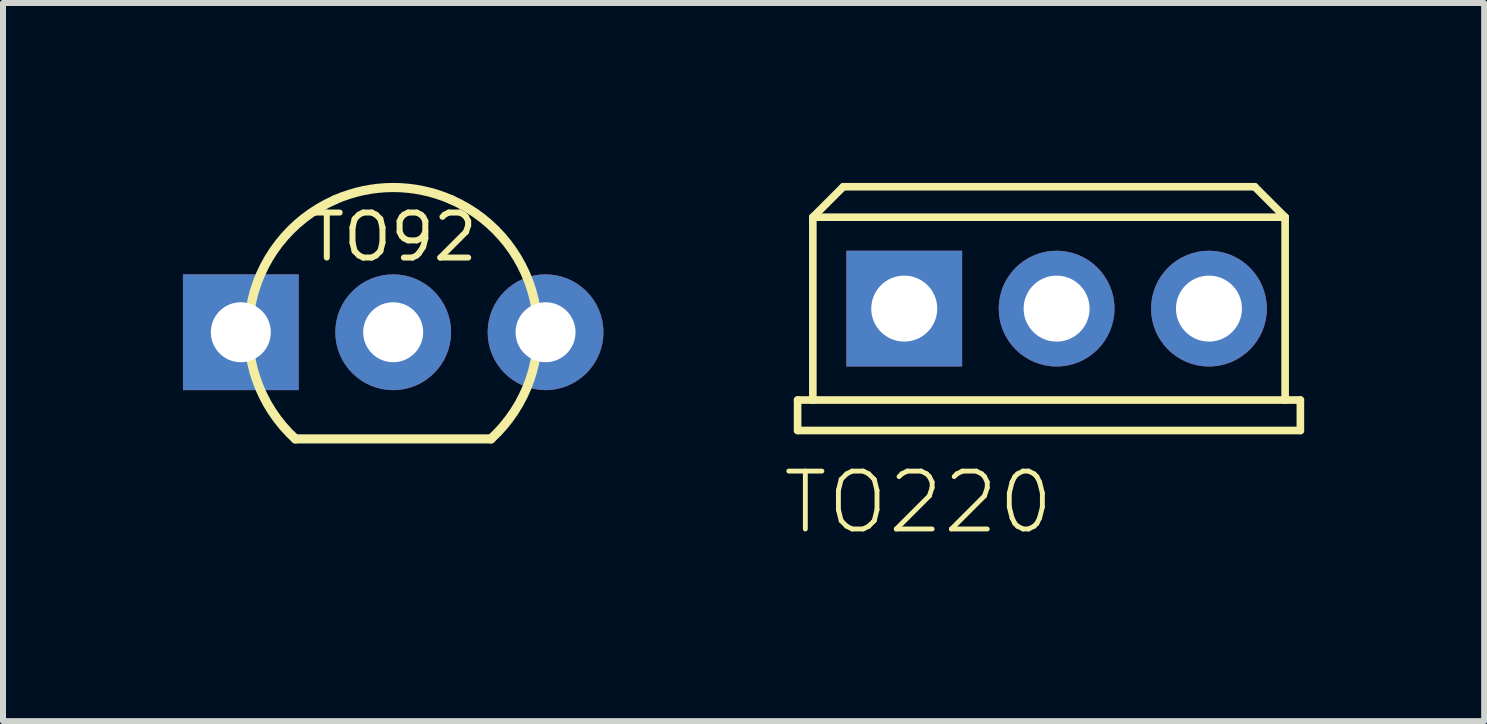
<source format=kicad_pcb>
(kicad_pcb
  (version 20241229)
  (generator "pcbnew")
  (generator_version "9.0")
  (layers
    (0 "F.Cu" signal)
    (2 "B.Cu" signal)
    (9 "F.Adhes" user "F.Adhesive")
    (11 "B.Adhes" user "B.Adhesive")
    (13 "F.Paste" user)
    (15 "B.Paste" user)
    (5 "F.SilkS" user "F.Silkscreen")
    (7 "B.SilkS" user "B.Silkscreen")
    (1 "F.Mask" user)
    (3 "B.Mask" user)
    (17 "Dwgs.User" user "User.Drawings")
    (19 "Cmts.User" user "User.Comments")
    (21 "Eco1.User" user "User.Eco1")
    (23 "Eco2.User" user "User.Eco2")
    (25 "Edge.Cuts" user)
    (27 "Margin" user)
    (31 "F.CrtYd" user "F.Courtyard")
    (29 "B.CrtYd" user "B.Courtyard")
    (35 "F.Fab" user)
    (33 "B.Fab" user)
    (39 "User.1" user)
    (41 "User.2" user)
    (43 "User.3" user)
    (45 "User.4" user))
  (footprint "TO220"
    (layer "F.Cu")
    (at 14.565 2.095)
    (property "Reference" "TO220" (at 0 2.667 0) (layer "F.SilkS") (effects (font (size 0.965 0.965) (thickness 0.081)) (justify right top)))
    (attr through_hole)
    (fp_line (start -4.318 1.524) (end -4.318 2.032) (stroke (width 0.127) (type solid)) (layer "F.SilkS"))
    (fp_line (start -4.318 2.032) (end 4.064 2.032) (stroke (width 0.127) (type solid)) (layer "F.SilkS"))
    (fp_line (start -4.064 -1.524) (end -4.064 1.524) (stroke (width 0.127) (type solid)) (layer "F.SilkS"))
    (fp_line (start -4.064 -1.524) (end -3.556 -2.032) (stroke (width 0.127) (type solid)) (layer "F.SilkS"))
    (fp_line (start -4.064 -1.524) (end 3.81 -1.524) (stroke (width 0.127) (type solid)) (layer "F.SilkS"))
    (fp_line (start -4.064 1.524) (end -4.318 1.524) (stroke (width 0.127) (type solid)) (layer "F.SilkS"))
    (fp_line (start -3.556 -2.032) (end 3.302 -2.032) (stroke (width 0.127) (type solid)) (layer "F.SilkS"))
    (fp_line (start 3.302 -2.032) (end 3.81 -1.524) (stroke (width 0.127) (type solid)) (layer "F.SilkS"))
    (fp_line (start 3.81 -1.524) (end 3.81 1.524) (stroke (width 0.127) (type solid)) (layer "F.SilkS"))
    (fp_line (start 3.81 1.524) (end -4.064 1.524) (stroke (width 0.127) (type solid)) (layer "F.SilkS"))
    (fp_line (start 4.064 1.524) (end 3.81 1.524) (stroke (width 0.127) (type solid)) (layer "F.SilkS"))
    (fp_line (start 4.064 2.032) (end 4.064 1.524) (stroke (width 0.127) (type solid)) (layer "F.SilkS"))
    (pad "1" thru_hole rect (at -2.54 0 90) (size 1.93 1.93) (drill 1.1) (layers "*.Cu" "*.Mask"))
    (pad "2" thru_hole oval (at 0 0 90) (size 1.93 1.93) (drill 1.1) (layers "*.Cu" "*.Mask"))
    (pad "3" thru_hole oval (at 2.54 0 90) (size 1.93 1.93) (drill 1.1) (layers "*.Cu" "*.Mask")))
  (footprint "TO92"
    (layer "F.Cu")
    (at 3.505 2.489)
    (property "Reference" "TO92" (at 0 -1.587 0) (layer "F.SilkS") (effects (font (size 0.75 0.75) (thickness 0.1))))
    (attr through_hole)
    (fp_line (start -1.631 1.778) (end 1.631 1.778) (stroke (width 0.152) (type solid)) (layer "F.SilkS"))
    (fp_arc (start -1.631 1.778) (mid -2.380096 -0.395238) (end -0.968899 -2.209799) (stroke (width 0.1524) (type solid)) (layer "F.SilkS"))
    (fp_arc (start -0.9692 -2.2098) (mid 0 -2.412999) (end 0.9692 -2.2098) (stroke (width 0.1524) (type solid)) (layer "F.SilkS"))
    (fp_arc (start 0.9689 -2.2098) (mid 2.380097 -0.395238) (end 1.631001 1.778001) (stroke (width 0.1524) (type solid)) (layer "F.SilkS"))
    (pad "1" thru_hole rect (at -2.54 0) (size 1.93 1.93) (drill 1) (layers "*.Cu" "*.Mask"))
    (pad "2" thru_hole oval (at 0 0) (size 1.93 1.93) (drill 1) (layers "*.Cu" "*.Mask"))
    (pad "3" thru_hole oval (at 2.54 0) (size 1.93 1.93) (drill 1) (layers "*.Cu" "*.Mask")))
  (gr_rect
    (start -3 -3)
    (end 21.693 8.972)
    (stroke (width 0.1) (type default))
    (fill no)
    (layer "Edge.Cuts")))
</source>
